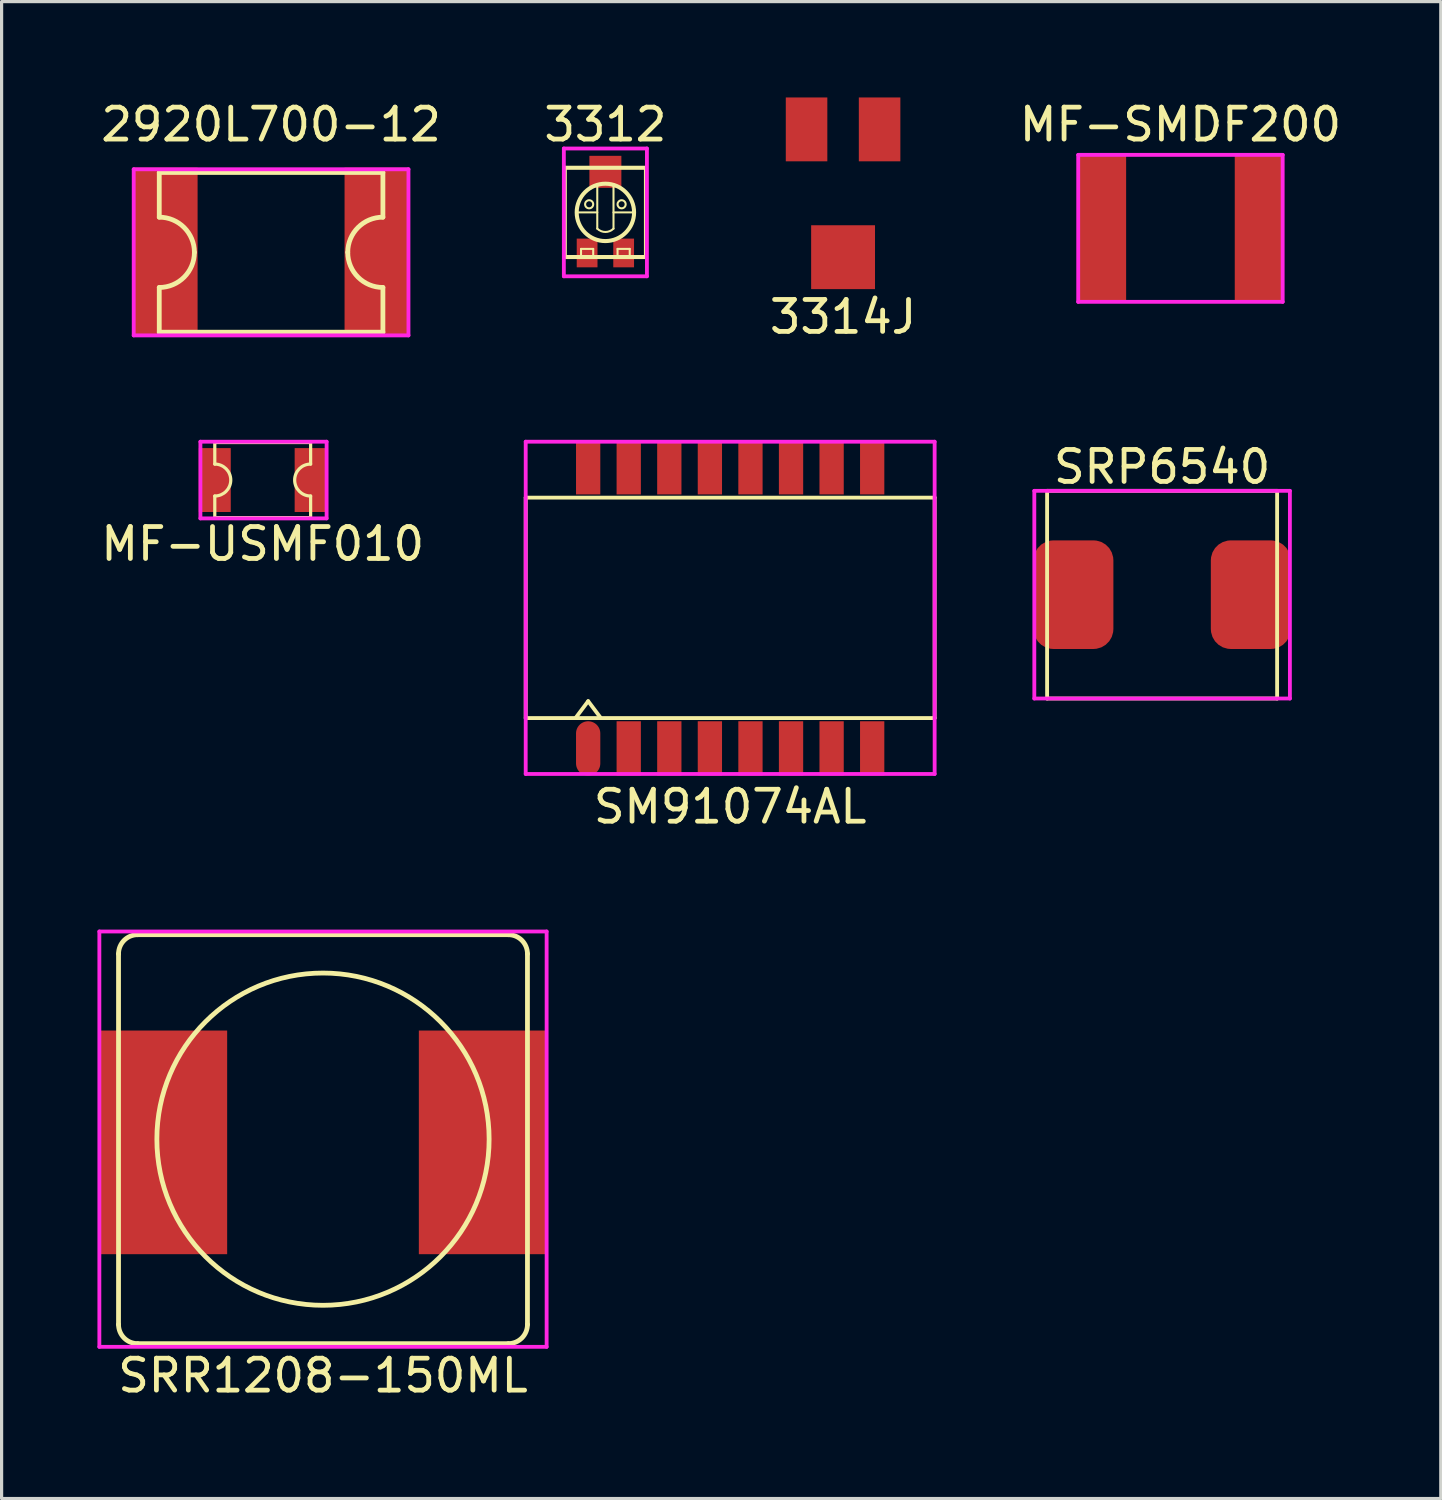
<source format=kicad_pcb>
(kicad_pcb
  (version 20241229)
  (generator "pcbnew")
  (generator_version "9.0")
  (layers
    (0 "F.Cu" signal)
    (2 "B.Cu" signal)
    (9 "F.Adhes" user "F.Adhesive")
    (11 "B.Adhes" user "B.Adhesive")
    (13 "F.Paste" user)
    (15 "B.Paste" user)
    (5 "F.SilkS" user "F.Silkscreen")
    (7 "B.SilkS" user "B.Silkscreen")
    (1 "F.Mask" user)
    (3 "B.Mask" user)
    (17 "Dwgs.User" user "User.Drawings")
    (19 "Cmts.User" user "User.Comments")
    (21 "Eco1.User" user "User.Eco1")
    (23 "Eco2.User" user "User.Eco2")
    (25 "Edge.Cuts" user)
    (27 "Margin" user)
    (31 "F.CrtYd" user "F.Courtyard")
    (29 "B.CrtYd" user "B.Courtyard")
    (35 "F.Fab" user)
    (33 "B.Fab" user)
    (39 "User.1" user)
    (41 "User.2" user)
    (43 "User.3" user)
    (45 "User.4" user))
  (footprint "MF-USMF010"
    (layer "F.Cu")
    (at 5.173 11.976)
    (property "Reference" "MF-USMF010" (at 0 2 0) (layer "F.SilkS") (effects (font (size 1 1) (thickness 0.15))))
    (attr smd)
    (fp_line (start -1.5 -1.175) (end -1.5 -0.5) (stroke (width 0.1) (type solid)) (layer "F.SilkS"))
    (fp_line (start -1.5 -1.175) (end 1.5 -1.175) (stroke (width 0.1) (type solid)) (layer "F.SilkS"))
    (fp_line (start -1.5 0.5) (end -1.5 1.175) (stroke (width 0.1) (type solid)) (layer "F.SilkS"))
    (fp_line (start 1.5 -1.175) (end 1.5 -0.5) (stroke (width 0.1) (type solid)) (layer "F.SilkS"))
    (fp_line (start 1.5 0.5) (end 1.5 1.175) (stroke (width 0.1) (type solid)) (layer "F.SilkS"))
    (fp_line (start 1.5 1.175) (end -1.5 1.175) (stroke (width 0.1) (type solid)) (layer "F.SilkS"))
    (fp_arc (start -1.5 -0.5) (mid -1 0) (end -1.5 0.5) (stroke (width 0.1) (type solid)) (layer "F.SilkS"))
    (fp_arc (start 1.5 0.5) (mid 1 0) (end 1.5 -0.5) (stroke (width 0.1) (type solid)) (layer "F.SilkS"))
    (fp_line (start -1.95 -1.2) (end -1.95 1.2) (stroke (width 0.12) (type solid)) (layer "F.CrtYd"))
    (fp_line (start -1.95 1.2) (end 2 1.2) (stroke (width 0.12) (type solid)) (layer "F.CrtYd"))
    (fp_line (start 2 -1.2) (end -1.95 -1.2) (stroke (width 0.12) (type solid)) (layer "F.CrtYd"))
    (fp_line (start 2 1.2) (end 2 -1.2) (stroke (width 0.12) (type solid)) (layer "F.CrtYd"))
    (pad "1" smd rect (at -1.5 0) (size 1 2) (layers "F.Cu" "F.Mask" "F.Paste"))
    (pad "2" smd rect (at 1.5 0) (size 1 2) (layers "F.Cu" "F.Mask" "F.Paste")))
  (footprint "3312"
    (layer "F.Cu")
    (at 15.899 3.598)
    (property "Reference" "3312" (at 0 -2.75 0) (layer "F.SilkS") (effects (font (size 1 1) (thickness 0.15))))
    (attr smd)
    (fp_line (start -1.27 -1.397) (end -1.27 1.397) (stroke (width 0.127) (type solid)) (layer "F.SilkS"))
    (fp_line (start -1.27 1.397) (end 1.27 1.397) (stroke (width 0.127) (type solid)) (layer "F.SilkS"))
    (fp_line (start -0.889 0) (end -0.254 0) (stroke (width 0.064) (type solid)) (layer "F.SilkS"))
    (fp_line (start -0.762 1.143) (end -0.381 1.143) (stroke (width 0.064) (type solid)) (layer "F.SilkS"))
    (fp_line (start -0.762 1.397) (end -0.762 1.143) (stroke (width 0.064) (type solid)) (layer "F.SilkS"))
    (fp_line (start -0.381 1.143) (end -0.381 1.397) (stroke (width 0.064) (type solid)) (layer "F.SilkS"))
    (fp_line (start -0.254 -0.889) (end -0.254 0.508) (stroke (width 0.064) (type solid)) (layer "F.SilkS"))
    (fp_line (start 0.254 -0.889) (end 0.254 0.508) (stroke (width 0.064) (type solid)) (layer "F.SilkS"))
    (fp_line (start 0.254 0) (end 0.889 0) (stroke (width 0.064) (type solid)) (layer "F.SilkS"))
    (fp_line (start 0.381 1.143) (end 0.381 1.397) (stroke (width 0.064) (type solid)) (layer "F.SilkS"))
    (fp_line (start 0.762 1.143) (end 0.381 1.143) (stroke (width 0.064) (type solid)) (layer "F.SilkS"))
    (fp_line (start 0.762 1.397) (end 0.762 1.143) (stroke (width 0.064) (type solid)) (layer "F.SilkS"))
    (fp_line (start 1.27 -1.397) (end -1.27 -1.397) (stroke (width 0.127) (type solid)) (layer "F.SilkS"))
    (fp_line (start 1.27 1.397) (end 1.27 -1.397) (stroke (width 0.127) (type solid)) (layer "F.SilkS"))
    (fp_arc (start 0.254 0.508) (mid 0 0.61321) (end -0.254 0.508) (stroke (width 0.0635) (type solid)) (layer "F.SilkS"))
    (fp_circle (center -0.508 -0.254) (end -0.508 -0.381) (stroke (width 0.064) (type solid)) (fill no) (layer "F.SilkS"))
    (fp_circle (center 0 0) (end 0.127 -0.889) (stroke (width 0.127) (type solid)) (fill no) (layer "F.SilkS"))
    (fp_circle (center 0.508 -0.254) (end 0.508 -0.381) (stroke (width 0.064) (type solid)) (fill no) (layer "F.SilkS"))
    (fp_line (start -1.3 -2) (end -1.3 2) (stroke (width 0.12) (type solid)) (layer "F.CrtYd"))
    (fp_line (start -1.3 2) (end 1.3 2) (stroke (width 0.12) (type solid)) (layer "F.CrtYd"))
    (fp_line (start 1.3 -2) (end -1.3 -2) (stroke (width 0.12) (type solid)) (layer "F.CrtYd"))
    (fp_line (start 1.3 2) (end 1.3 -2) (stroke (width 0.12) (type solid)) (layer "F.CrtYd"))
    (pad "1" smd rect (at -0.572 1.27) (size 0.65 0.899) (layers "F.Cu" "F.Mask" "F.Paste"))
    (pad "2" smd rect (at 0 -1.27) (size 1.001 1.001) (layers "F.Cu" "F.Mask" "F.Paste"))
    (pad "3" smd rect (at 0.572 1.27) (size 0.65 0.899) (layers "F.Cu" "F.Mask" "F.Paste")))
  (footprint "2920L700-12"
    (layer "F.Cu")
    (at 5.435 4.848)
    (property "Reference" "2920L700-12" (at 0 -4 0) (layer "F.SilkS") (effects (font (size 1 1) (thickness 0.15))))
    (attr smd)
    (fp_line (start -3.5 -2.5) (end 3.5 -2.5) (stroke (width 0.15) (type solid)) (layer "F.SilkS"))
    (fp_line (start -3.5 -1.1) (end -3.5 -2.5) (stroke (width 0.15) (type solid)) (layer "F.SilkS"))
    (fp_line (start -3.5 1.1) (end -3.5 2.5) (stroke (width 0.15) (type solid)) (layer "F.SilkS"))
    (fp_line (start -3.5 2.5) (end 3.5 2.5) (stroke (width 0.15) (type solid)) (layer "F.SilkS"))
    (fp_line (start 3.5 -1.1) (end 3.5 -2.5) (stroke (width 0.15) (type solid)) (layer "F.SilkS"))
    (fp_line (start 3.5 1.1) (end 3.5 2.5) (stroke (width 0.15) (type solid)) (layer "F.SilkS"))
    (fp_arc (start -3.5 -1.1) (mid -2.722183 -0.777817) (end -2.4 0) (stroke (width 0.15) (type solid)) (layer "F.SilkS"))
    (fp_arc (start -2.4 0) (mid -2.722183 0.777817) (end -3.5 1.1) (stroke (width 0.15) (type solid)) (layer "F.SilkS"))
    (fp_arc (start 2.4 0) (mid 2.722183 -0.777817) (end 3.5 -1.1) (stroke (width 0.15) (type solid)) (layer "F.SilkS"))
    (fp_arc (start 3.5 1.1) (mid 2.722183 0.777817) (end 2.4 0) (stroke (width 0.15) (type solid)) (layer "F.SilkS"))
    (fp_line (start -4.3 -2.6) (end 4.3 -2.6) (stroke (width 0.12) (type solid)) (layer "F.CrtYd"))
    (fp_line (start -4.3 2.6) (end -4.3 -2.6) (stroke (width 0.12) (type solid)) (layer "F.CrtYd"))
    (fp_line (start 4.3 -2.6) (end 4.3 2.6) (stroke (width 0.12) (type solid)) (layer "F.CrtYd"))
    (fp_line (start 4.3 2.6) (end -4.3 2.6) (stroke (width 0.12) (type solid)) (layer "F.CrtYd"))
    (pad "1" smd rect (at 3.3 0) (size 2 5.3) (layers "F.Cu" "F.Mask" "F.Paste"))
    (pad "2" smd rect (at -3.3 0) (size 2 5.3) (layers "F.Cu" "F.Mask" "F.Paste")))
  (footprint "SM91074AL"
    (layer "F.Cu")
    (at 19.805 15.976)
    (property "Reference" "SM91074AL" (at 0 6.223 0) (layer "F.SilkS") (effects (font (size 1 1) (thickness 0.15))))
    (attr smd)
    (fp_line (start -6.4 -3.45) (end -6.4 3.45) (stroke (width 0.12) (type solid)) (layer "F.SilkS"))
    (fp_line (start -6.4 3.45) (end 6.4 3.45) (stroke (width 0.12) (type solid)) (layer "F.SilkS"))
    (fp_line (start -4.826 3.429) (end -4.445 2.921) (stroke (width 0.12) (type solid)) (layer "F.SilkS"))
    (fp_line (start -4.445 2.921) (end -4.064 3.429) (stroke (width 0.12) (type solid)) (layer "F.SilkS"))
    (fp_line (start 6.4 -3.45) (end -6.4 -3.45) (stroke (width 0.12) (type solid)) (layer "F.SilkS"))
    (fp_line (start 6.4 3.45) (end 6.4 -3.45) (stroke (width 0.12) (type solid)) (layer "F.SilkS"))
    (fp_line (start -6.4 -5.2) (end 6.4 -5.2) (stroke (width 0.12) (type solid)) (layer "F.CrtYd"))
    (fp_line (start -6.4 5.2) (end -6.4 -5.2) (stroke (width 0.12) (type solid)) (layer "F.CrtYd"))
    (fp_line (start 6.4 -5.2) (end 6.4 5.2) (stroke (width 0.12) (type solid)) (layer "F.CrtYd"))
    (fp_line (start 6.4 5.2) (end -6.4 5.2) (stroke (width 0.12) (type solid)) (layer "F.CrtYd"))
    (pad "1" smd oval (at -4.445 4.4) (size 0.76 1.7) (layers "F.Cu" "F.Mask" "F.Paste"))
    (pad "2" smd rect (at -3.175 4.4) (size 0.76 1.7) (layers "F.Cu" "F.Mask" "F.Paste"))
    (pad "3" smd rect (at -1.905 4.4) (size 0.76 1.7) (layers "F.Cu" "F.Mask" "F.Paste"))
    (pad "4" smd rect (at -0.635 4.4) (size 0.76 1.7) (layers "F.Cu" "F.Mask" "F.Paste"))
    (pad "5" smd rect (at 0.635 4.4) (size 0.76 1.7) (layers "F.Cu" "F.Mask" "F.Paste"))
    (pad "6" smd rect (at 1.905 4.4) (size 0.76 1.7) (layers "F.Cu" "F.Mask" "F.Paste"))
    (pad "7" smd rect (at 3.175 4.4) (size 0.76 1.7) (layers "F.Cu" "F.Mask" "F.Paste"))
    (pad "8" smd rect (at 4.445 4.4) (size 0.76 1.7) (layers "F.Cu" "F.Mask" "F.Paste"))
    (pad "9" smd rect (at 4.445 -4.4) (size 0.76 1.7) (layers "F.Cu" "F.Mask" "F.Paste"))
    (pad "10" smd rect (at 3.175 -4.4) (size 0.76 1.7) (layers "F.Cu" "F.Mask" "F.Paste"))
    (pad "11" smd rect (at 1.905 -4.4) (size 0.76 1.7) (layers "F.Cu" "F.Mask" "F.Paste"))
    (pad "12" smd rect (at 0.635 -4.4) (size 0.76 1.7) (layers "F.Cu" "F.Mask" "F.Paste"))
    (pad "13" smd rect (at -0.635 -4.4) (size 0.76 1.7) (layers "F.Cu" "F.Mask" "F.Paste"))
    (pad "14" smd rect (at -1.905 -4.4) (size 0.76 1.7) (layers "F.Cu" "F.Mask" "F.Paste"))
    (pad "15" smd rect (at -3.175 -4.4) (size 0.76 1.7) (layers "F.Cu" "F.Mask" "F.Paste"))
    (pad "16" smd rect (at -4.445 -4.4) (size 0.76 1.7) (layers "F.Cu" "F.Mask" "F.Paste")))
  (footprint "3314J"
    (layer "F.Cu")
    (at 23.339 2.968)
    (property "Reference" "3314J" (at 0 3.9 0) (layer "F.SilkS") (effects (font (size 1 1) (thickness 0.15))))
    (attr smd)
    (pad "1" smd rect (at 1.143 -1.968) (size 1.3 1.999) (layers "F.Cu" "F.Mask" "F.Paste"))
    (pad "2" smd rect (at 0 2.032) (size 1.999 1.999) (layers "F.Cu" "F.Mask" "F.Paste"))
    (pad "3" smd rect (at -1.143 -1.968) (size 1.3 1.999) (layers "F.Cu" "F.Mask" "F.Paste")))
  (footprint "SRR1208-150ML"
    (layer "F.Cu")
    (at 7.06 32.607)
    (property "Reference" "SRR1208-150ML" (at 0 7.4 0) (layer "F.SilkS") (effects (font (size 1 1) (thickness 0.15))))
    (attr smd)
    (fp_line (start -6.4 5.8) (end -6.4 -5.8) (stroke (width 0.15) (type solid)) (layer "F.SilkS"))
    (fp_line (start -5.8 -6.4) (end 5.8 -6.4) (stroke (width 0.15) (type solid)) (layer "F.SilkS"))
    (fp_line (start 5.8 6.4) (end -5.8 6.4) (stroke (width 0.15) (type solid)) (layer "F.SilkS"))
    (fp_line (start 6.4 -5.8) (end 6.4 5.8) (stroke (width 0.15) (type solid)) (layer "F.SilkS"))
    (fp_arc (start -6.4 -5.8) (mid -6.224264 -6.224264) (end -5.8 -6.4) (stroke (width 0.15) (type solid)) (layer "F.SilkS"))
    (fp_arc (start -5.8 6.4) (mid -6.224264 6.224264) (end -6.4 5.8) (stroke (width 0.15) (type solid)) (layer "F.SilkS"))
    (fp_arc (start 5.8 -6.4) (mid 6.224264 -6.224264) (end 6.4 -5.8) (stroke (width 0.15) (type solid)) (layer "F.SilkS"))
    (fp_arc (start 6.4 5.8) (mid 6.224264 6.224264) (end 5.8 6.4) (stroke (width 0.15) (type solid)) (layer "F.SilkS"))
    (fp_circle (center 0 0) (end 0 -5.2) (stroke (width 0.15) (type solid)) (fill no) (layer "F.SilkS"))
    (fp_line (start -7 -6.5) (end -7 6.5) (stroke (width 0.12) (type solid)) (layer "F.CrtYd"))
    (fp_line (start -7 6.5) (end 7 6.5) (stroke (width 0.12) (type solid)) (layer "F.CrtYd"))
    (fp_line (start 7 -6.5) (end -7 -6.5) (stroke (width 0.12) (type solid)) (layer "F.CrtYd"))
    (fp_line (start 7 6.5) (end 7 -6.5) (stroke (width 0.12) (type solid)) (layer "F.CrtYd"))
    (pad "1" smd rect (at -5 0.1) (size 4 7) (layers "F.Cu" "F.Mask" "F.Paste"))
    (pad "2" smd rect (at 5 0.1) (size 4 7) (layers "F.Cu" "F.Mask" "F.Paste")))
  (footprint "MF-SMDF200"
    (layer "F.Cu")
    (at 33.899 4.098)
    (property "Reference" "MF-SMDF200" (at 0 -3.25 0) (layer "F.SilkS") (effects (font (size 1 1) (thickness 0.15))))
    (attr smd)
    (fp_line (start -3.2 -2.3) (end 3.2 -2.3) (stroke (width 0.12) (type solid)) (layer "F.CrtYd"))
    (fp_line (start -3.2 2.3) (end -3.2 -2.3) (stroke (width 0.12) (type solid)) (layer "F.CrtYd"))
    (fp_line (start 3.2 -2.3) (end 3.2 2.3) (stroke (width 0.12) (type solid)) (layer "F.CrtYd"))
    (fp_line (start 3.2 2.3) (end -3.2 2.3) (stroke (width 0.12) (type solid)) (layer "F.CrtYd"))
    (pad "1" smd rect (at 2.45 0) (size 1.5 4.6) (layers "F.Cu" "F.Mask" "F.Paste"))
    (pad "2" smd rect (at -2.45 0) (size 1.5 4.6) (layers "F.Cu" "F.Mask" "F.Paste")))
  (footprint "SRP6540"
    (layer "F.Cu")
    (at 33.325 15.564)
    (property "Reference" "SRP6540" (at 0 -4 0) (layer "F.SilkS") (effects (font (size 1 1) (thickness 0.15))))
    (attr smd)
    (fp_line (start -3.6 -3.25) (end 3.6 -3.25) (stroke (width 0.12) (type solid)) (layer "F.SilkS"))
    (fp_line (start -3.6 3.25) (end -3.6 -3.25) (stroke (width 0.12) (type solid)) (layer "F.SilkS"))
    (fp_line (start 3.6 -3.25) (end 3.6 3.25) (stroke (width 0.12) (type solid)) (layer "F.SilkS"))
    (fp_line (start 3.6 3.25) (end -3.6 3.25) (stroke (width 0.12) (type solid)) (layer "F.SilkS"))
    (fp_line (start -4 -3.25) (end -4 3.25) (stroke (width 0.12) (type solid)) (layer "F.CrtYd"))
    (fp_line (start -4 3.25) (end 4 3.25) (stroke (width 0.12) (type solid)) (layer "F.CrtYd"))
    (fp_line (start 4 -3.25) (end -4 -3.25) (stroke (width 0.12) (type solid)) (layer "F.CrtYd"))
    (fp_line (start 4 3.25) (end 4 -3.25) (stroke (width 0.12) (type solid)) (layer "F.CrtYd"))
    (pad "1" smd roundrect (at -2.775 0) (size 2.5 3.4) (layers "F.Cu" "F.Mask" "F.Paste") (roundrect_rratio 0.25))
    (pad "2" smd roundrect (at 2.775 0) (size 2.5 3.4) (layers "F.Cu" "F.Mask" "F.Paste") (roundrect_rratio 0.25)))
  (gr_rect
    (start -3 -3)
    (end 42.048 43.856)
    (stroke (width 0.1) (type default))
    (fill no)
    (layer "Edge.Cuts")))
</source>
